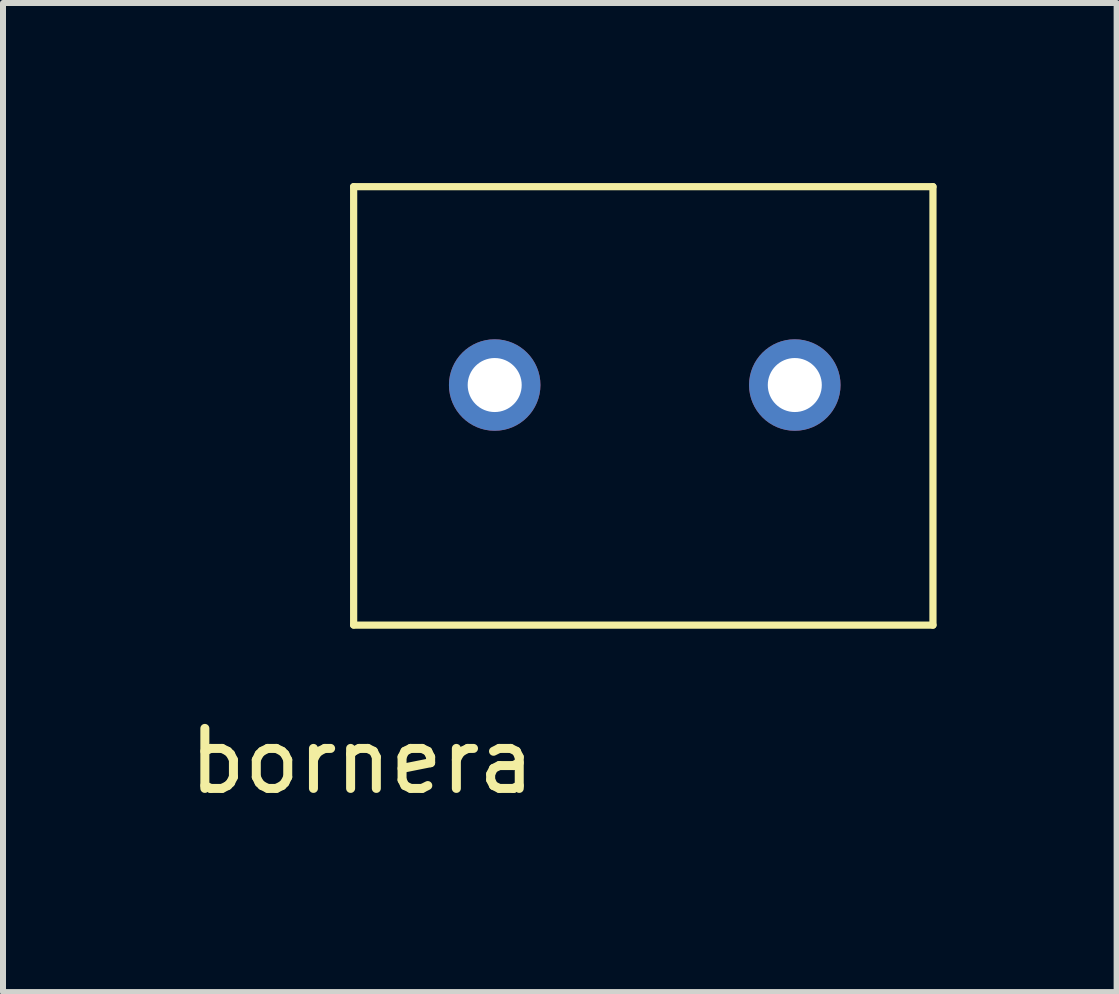
<source format=kicad_pcb>
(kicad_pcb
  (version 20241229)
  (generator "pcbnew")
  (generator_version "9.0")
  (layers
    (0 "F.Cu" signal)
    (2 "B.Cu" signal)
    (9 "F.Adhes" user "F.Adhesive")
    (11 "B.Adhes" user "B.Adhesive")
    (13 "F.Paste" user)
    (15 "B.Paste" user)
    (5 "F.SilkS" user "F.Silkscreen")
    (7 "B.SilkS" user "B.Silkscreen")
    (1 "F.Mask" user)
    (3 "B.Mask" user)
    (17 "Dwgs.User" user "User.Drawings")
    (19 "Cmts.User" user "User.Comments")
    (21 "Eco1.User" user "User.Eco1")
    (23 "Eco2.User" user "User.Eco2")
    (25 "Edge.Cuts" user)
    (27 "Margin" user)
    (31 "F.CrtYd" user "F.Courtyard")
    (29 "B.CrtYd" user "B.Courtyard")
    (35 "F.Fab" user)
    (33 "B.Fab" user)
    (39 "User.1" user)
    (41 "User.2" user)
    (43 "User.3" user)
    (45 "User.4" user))
  (footprint "bornera"
    (layer "F.Cu")
    (at 2.842 7.365)
    (property "Reference" "bornera" (at 0.14 2.266 0) (layer "F.SilkS") (effects (font (size 1 1) (thickness 0.15))))
    (attr through_hole)
    (fp_line (start 0 -7.305) (end 0 -0.003) (stroke (width 0.12) (type solid)) (layer "F.SilkS"))
    (fp_line (start 0 0) (end 9.652 0) (stroke (width 0.12) (type solid)) (layer "F.SilkS"))
    (fp_line (start 9.652 -7.305) (end 0 -7.305) (stroke (width 0.12) (type solid)) (layer "F.SilkS"))
    (fp_line (start 9.652 0) (end 9.652 -7.305) (stroke (width 0.12) (type solid)) (layer "F.SilkS"))
    (pad "1" thru_hole circle (at 2.35 -4) (size 1.524 1.524) (drill 0.9) (layers "*.Cu" "*.Mask"))
    (pad "2" thru_hole circle (at 7.35 -4) (size 1.524 1.524) (drill 0.9) (layers "*.Cu" "*.Mask")))
  (gr_rect
    (start -3 -3)
    (end 15.554 13.479)
    (stroke (width 0.1) (type default))
    (fill no)
    (layer "Edge.Cuts")))
</source>
